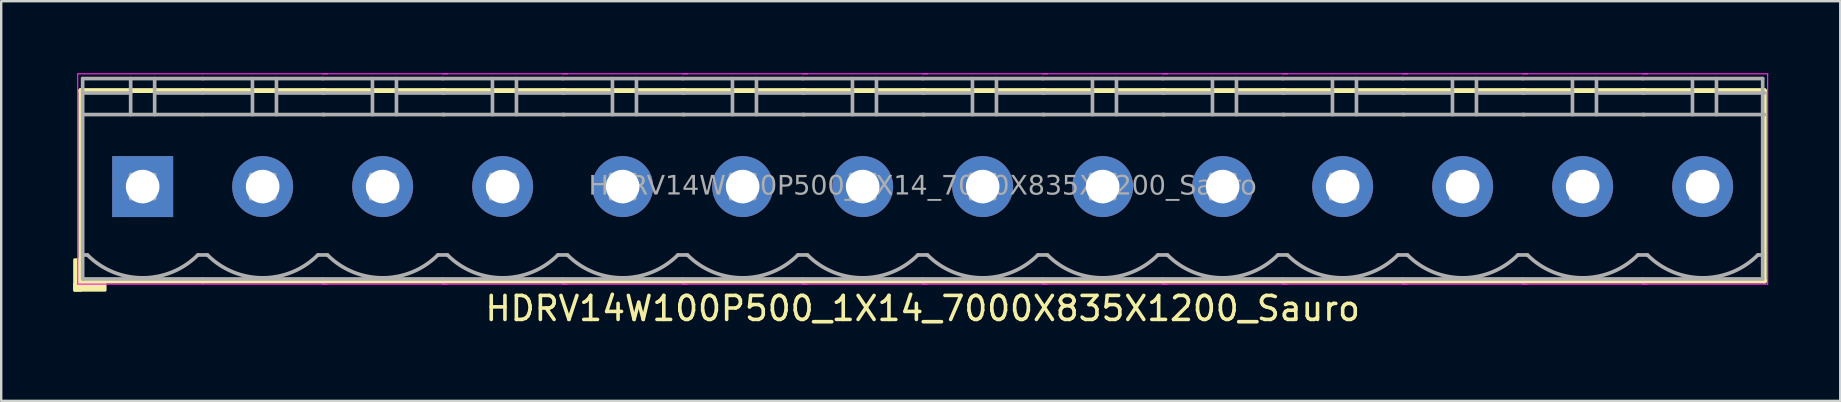
<source format=kicad_pcb>
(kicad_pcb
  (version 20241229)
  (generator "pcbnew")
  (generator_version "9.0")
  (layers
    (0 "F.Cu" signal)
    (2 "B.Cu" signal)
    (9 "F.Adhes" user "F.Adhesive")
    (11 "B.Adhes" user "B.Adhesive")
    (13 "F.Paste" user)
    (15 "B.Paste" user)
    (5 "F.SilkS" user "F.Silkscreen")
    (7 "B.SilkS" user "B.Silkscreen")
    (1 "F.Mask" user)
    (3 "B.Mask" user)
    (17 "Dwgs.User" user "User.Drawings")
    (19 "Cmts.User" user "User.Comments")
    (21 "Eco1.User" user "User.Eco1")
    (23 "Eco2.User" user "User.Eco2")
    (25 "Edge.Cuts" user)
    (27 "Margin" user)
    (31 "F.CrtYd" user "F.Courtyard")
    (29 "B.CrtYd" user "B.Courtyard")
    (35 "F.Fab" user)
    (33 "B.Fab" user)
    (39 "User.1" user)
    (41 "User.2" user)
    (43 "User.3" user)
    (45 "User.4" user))
  (footprint "HDRV14W100P500_1X14_7000X835X1200_Sauro"
    (layer "F.Cu")
    (at 35.394 4.724)
    (property "Reference" "HDRV14W100P500_1X14_7000X835X1200_Sauro" (at 0 5.08 0) (layer "F.SilkS") (effects (font (size 1 1) (thickness 0.15))))
    (attr through_hole)
    (fp_line (start -35.08 -4) (end -35.08 3.937) (stroke (width 0.203) (type solid)) (layer "F.SilkS"))
    (fp_line (start -35.08 3.937) (end -30 3.937) (stroke (width 0.203) (type solid)) (layer "F.SilkS"))
    (fp_line (start -30.005 -4) (end -35.08 -4) (stroke (width 0.203) (type solid)) (layer "F.SilkS"))
    (fp_line (start -30 3.937) (end -24.92 3.937) (stroke (width 0.203) (type solid)) (layer "F.SilkS"))
    (fp_line (start -25 3.937) (end -19.92 3.937) (stroke (width 0.203) (type solid)) (layer "F.SilkS"))
    (fp_line (start -24.93 -4) (end -30.005 -4) (stroke (width 0.203) (type solid)) (layer "F.SilkS"))
    (fp_line (start -20 3.937) (end -14.92 3.937) (stroke (width 0.203) (type solid)) (layer "F.SilkS"))
    (fp_line (start -19.93 -4) (end -25.005 -4) (stroke (width 0.203) (type solid)) (layer "F.SilkS"))
    (fp_line (start -15 3.937) (end -9.92 3.937) (stroke (width 0.203) (type solid)) (layer "F.SilkS"))
    (fp_line (start -14.93 -4) (end -20.005 -4) (stroke (width 0.203) (type solid)) (layer "F.SilkS"))
    (fp_line (start -10 3.937) (end -4.92 3.937) (stroke (width 0.203) (type solid)) (layer "F.SilkS"))
    (fp_line (start -9.93 -4) (end -15.005 -4) (stroke (width 0.203) (type solid)) (layer "F.SilkS"))
    (fp_line (start -5 3.937) (end 0.08 3.937) (stroke (width 0.203) (type solid)) (layer "F.SilkS"))
    (fp_line (start -4.93 -4) (end -10.005 -4) (stroke (width 0.203) (type solid)) (layer "F.SilkS"))
    (fp_line (start 0 3.937) (end 5.08 3.937) (stroke (width 0.203) (type solid)) (layer "F.SilkS"))
    (fp_line (start 0.07 -4) (end -5.005 -4) (stroke (width 0.203) (type solid)) (layer "F.SilkS"))
    (fp_line (start 5 3.937) (end 10.08 3.937) (stroke (width 0.203) (type solid)) (layer "F.SilkS"))
    (fp_line (start 5.07 -4) (end -0.005 -4) (stroke (width 0.203) (type solid)) (layer "F.SilkS"))
    (fp_line (start 10 3.937) (end 15.08 3.937) (stroke (width 0.203) (type solid)) (layer "F.SilkS"))
    (fp_line (start 10.07 -4) (end 4.995 -4) (stroke (width 0.203) (type solid)) (layer "F.SilkS"))
    (fp_line (start 15 3.937) (end 20.08 3.937) (stroke (width 0.203) (type solid)) (layer "F.SilkS"))
    (fp_line (start 15.07 -4) (end 9.995 -4) (stroke (width 0.203) (type solid)) (layer "F.SilkS"))
    (fp_line (start 20 3.937) (end 25.08 3.937) (stroke (width 0.203) (type solid)) (layer "F.SilkS"))
    (fp_line (start 20.07 -4) (end 14.995 -4) (stroke (width 0.203) (type solid)) (layer "F.SilkS"))
    (fp_line (start 25 3.937) (end 30.08 3.937) (stroke (width 0.203) (type solid)) (layer "F.SilkS"))
    (fp_line (start 25.07 -4) (end 19.995 -4) (stroke (width 0.203) (type solid)) (layer "F.SilkS"))
    (fp_line (start 30 3.937) (end 35.08 3.937) (stroke (width 0.203) (type solid)) (layer "F.SilkS"))
    (fp_line (start 30.07 -4) (end 24.995 -4) (stroke (width 0.203) (type solid)) (layer "F.SilkS"))
    (fp_line (start 35.07 -4) (end 29.995 -4) (stroke (width 0.203) (type solid)) (layer "F.SilkS"))
    (fp_line (start 35.07 -4) (end 35.07 3.937) (stroke (width 0.203) (type solid)) (layer "F.SilkS"))
    (fp_rect (start -35.08 3.048) (end -35.334 4.318) (stroke (width 0.12) (type solid)) (fill yes) (layer "F.SilkS"))
    (fp_rect (start -34.064 4.318) (end -35.334 4.064) (stroke (width 0.12) (type solid)) (fill yes) (layer "F.SilkS"))
    (fp_line (start -35.207 4.064) (end -35.207 -4.699) (stroke (width 0.05) (type solid)) (layer "F.CrtYd"))
    (fp_line (start -30.005 4.064) (end -35.207 4.064) (stroke (width 0.05) (type solid)) (layer "F.CrtYd"))
    (fp_line (start -30 -4.699) (end -35.207 -4.699) (stroke (width 0.05) (type solid)) (layer "F.CrtYd"))
    (fp_line (start -24.793 -4.699) (end -30 -4.699) (stroke (width 0.05) (type solid)) (layer "F.CrtYd"))
    (fp_line (start -24.793 4.064) (end -30.005 4.064) (stroke (width 0.05) (type solid)) (layer "F.CrtYd"))
    (fp_line (start -19.793 -4.699) (end -25 -4.699) (stroke (width 0.05) (type solid)) (layer "F.CrtYd"))
    (fp_line (start -19.793 4.064) (end -25.005 4.064) (stroke (width 0.05) (type solid)) (layer "F.CrtYd"))
    (fp_line (start -14.793 -4.699) (end -20 -4.699) (stroke (width 0.05) (type solid)) (layer "F.CrtYd"))
    (fp_line (start -14.793 4.064) (end -20.005 4.064) (stroke (width 0.05) (type solid)) (layer "F.CrtYd"))
    (fp_line (start -9.793 -4.699) (end -15 -4.699) (stroke (width 0.05) (type solid)) (layer "F.CrtYd"))
    (fp_line (start -9.793 4.064) (end -15.005 4.064) (stroke (width 0.05) (type solid)) (layer "F.CrtYd"))
    (fp_line (start -4.793 -4.699) (end -10 -4.699) (stroke (width 0.05) (type solid)) (layer "F.CrtYd"))
    (fp_line (start -4.793 4.064) (end -10.005 4.064) (stroke (width 0.05) (type solid)) (layer "F.CrtYd"))
    (fp_line (start 0.207 -4.699) (end -5 -4.699) (stroke (width 0.05) (type solid)) (layer "F.CrtYd"))
    (fp_line (start 0.207 4.064) (end -5.005 4.064) (stroke (width 0.05) (type solid)) (layer "F.CrtYd"))
    (fp_line (start 5.207 -4.699) (end 0 -4.699) (stroke (width 0.05) (type solid)) (layer "F.CrtYd"))
    (fp_line (start 5.207 4.064) (end -0.005 4.064) (stroke (width 0.05) (type solid)) (layer "F.CrtYd"))
    (fp_line (start 10.207 -4.699) (end 5 -4.699) (stroke (width 0.05) (type solid)) (layer "F.CrtYd"))
    (fp_line (start 10.207 4.064) (end 4.995 4.064) (stroke (width 0.05) (type solid)) (layer "F.CrtYd"))
    (fp_line (start 15.207 -4.699) (end 10 -4.699) (stroke (width 0.05) (type solid)) (layer "F.CrtYd"))
    (fp_line (start 15.207 4.064) (end 9.995 4.064) (stroke (width 0.05) (type solid)) (layer "F.CrtYd"))
    (fp_line (start 20.207 -4.699) (end 15 -4.699) (stroke (width 0.05) (type solid)) (layer "F.CrtYd"))
    (fp_line (start 20.207 4.064) (end 14.995 4.064) (stroke (width 0.05) (type solid)) (layer "F.CrtYd"))
    (fp_line (start 25.207 -4.699) (end 20 -4.699) (stroke (width 0.05) (type solid)) (layer "F.CrtYd"))
    (fp_line (start 25.207 4.064) (end 19.995 4.064) (stroke (width 0.05) (type solid)) (layer "F.CrtYd"))
    (fp_line (start 30.207 -4.699) (end 25 -4.699) (stroke (width 0.05) (type solid)) (layer "F.CrtYd"))
    (fp_line (start 30.207 4.064) (end 24.995 4.064) (stroke (width 0.05) (type solid)) (layer "F.CrtYd"))
    (fp_line (start 35.207 -4.699) (end 30 -4.699) (stroke (width 0.05) (type solid)) (layer "F.CrtYd"))
    (fp_line (start 35.207 -4.699) (end 35.207 4.064) (stroke (width 0.05) (type solid)) (layer "F.CrtYd"))
    (fp_line (start 35.207 4.064) (end 29.995 4.064) (stroke (width 0.05) (type solid)) (layer "F.CrtYd"))
    (fp_line (start -35 -4.5) (end -35 3.85) (stroke (width 0.152) (type solid)) (layer "F.Fab"))
    (fp_line (start -34.8 2.85) (end -35 2.85) (stroke (width 0.152) (type solid)) (layer "F.Fab"))
    (fp_line (start -33 -4.5) (end -33 -3) (stroke (width 0.152) (type default)) (layer "F.Fab"))
    (fp_line (start -33 -3.9) (end -35 -3.9) (stroke (width 0.152) (type solid)) (layer "F.Fab"))
    (fp_line (start -32 -4.5) (end -32 -3) (stroke (width 0.152) (type default)) (layer "F.Fab"))
    (fp_line (start -32 -3.9) (end -30 -3.9) (stroke (width 0.152) (type solid)) (layer "F.Fab"))
    (fp_line (start -30.2 2.85) (end -29.8 2.85) (stroke (width 0.152) (type solid)) (layer "F.Fab"))
    (fp_line (start -30 -4.5) (end -35 -4.5) (stroke (width 0.152) (type solid)) (layer "F.Fab"))
    (fp_line (start -30 -3) (end -35 -3) (stroke (width 0.152) (type solid)) (layer "F.Fab"))
    (fp_line (start -30 3.85) (end -35 3.85) (stroke (width 0.152) (type solid)) (layer "F.Fab"))
    (fp_line (start -30 3.85) (end -25 3.85) (stroke (width 0.152) (type solid)) (layer "F.Fab"))
    (fp_line (start -27.925 -4.5) (end -27.925 -3) (stroke (width 0.152) (type default)) (layer "F.Fab"))
    (fp_line (start -27.925 -3.9) (end -30 -3.9) (stroke (width 0.152) (type solid)) (layer "F.Fab"))
    (fp_line (start -26.925 -4.5) (end -26.925 -3) (stroke (width 0.152) (type default)) (layer "F.Fab"))
    (fp_line (start -26.925 -3.9) (end -24.925 -3.9) (stroke (width 0.152) (type solid)) (layer "F.Fab"))
    (fp_line (start -25.2 2.85) (end -24.8 2.85) (stroke (width 0.152) (type solid)) (layer "F.Fab"))
    (fp_line (start -25 -4.5) (end -30 -4.5) (stroke (width 0.152) (type solid)) (layer "F.Fab"))
    (fp_line (start -25 3.85) (end -20 3.85) (stroke (width 0.152) (type solid)) (layer "F.Fab"))
    (fp_line (start -24.925 -3) (end -30 -3) (stroke (width 0.152) (type solid)) (layer "F.Fab"))
    (fp_line (start -22.925 -4.5) (end -22.925 -3) (stroke (width 0.152) (type default)) (layer "F.Fab"))
    (fp_line (start -22.925 -3.9) (end -25 -3.9) (stroke (width 0.152) (type solid)) (layer "F.Fab"))
    (fp_line (start -21.925 -4.5) (end -21.925 -3) (stroke (width 0.152) (type default)) (layer "F.Fab"))
    (fp_line (start -21.925 -3.9) (end -19.925 -3.9) (stroke (width 0.152) (type solid)) (layer "F.Fab"))
    (fp_line (start -20.2 2.85) (end -19.8 2.85) (stroke (width 0.152) (type solid)) (layer "F.Fab"))
    (fp_line (start -20 -4.5) (end -25 -4.5) (stroke (width 0.152) (type solid)) (layer "F.Fab"))
    (fp_line (start -20 3.85) (end -15 3.85) (stroke (width 0.152) (type solid)) (layer "F.Fab"))
    (fp_line (start -19.925 -3) (end -25 -3) (stroke (width 0.152) (type solid)) (layer "F.Fab"))
    (fp_line (start -17.925 -4.5) (end -17.925 -3) (stroke (width 0.152) (type default)) (layer "F.Fab"))
    (fp_line (start -17.925 -3.9) (end -20 -3.9) (stroke (width 0.152) (type solid)) (layer "F.Fab"))
    (fp_line (start -16.925 -4.5) (end -16.925 -3) (stroke (width 0.152) (type default)) (layer "F.Fab"))
    (fp_line (start -16.925 -3.9) (end -14.925 -3.9) (stroke (width 0.152) (type solid)) (layer "F.Fab"))
    (fp_line (start -15.2 2.85) (end -14.8 2.85) (stroke (width 0.152) (type solid)) (layer "F.Fab"))
    (fp_line (start -15 -4.5) (end -20 -4.5) (stroke (width 0.152) (type solid)) (layer "F.Fab"))
    (fp_line (start -15 3.85) (end -10 3.85) (stroke (width 0.152) (type solid)) (layer "F.Fab"))
    (fp_line (start -14.925 -3) (end -20 -3) (stroke (width 0.152) (type solid)) (layer "F.Fab"))
    (fp_line (start -12.925 -4.5) (end -12.925 -3) (stroke (width 0.152) (type default)) (layer "F.Fab"))
    (fp_line (start -12.925 -3.9) (end -15 -3.9) (stroke (width 0.152) (type solid)) (layer "F.Fab"))
    (fp_line (start -11.925 -4.5) (end -11.925 -3) (stroke (width 0.152) (type default)) (layer "F.Fab"))
    (fp_line (start -11.925 -3.9) (end -9.925 -3.9) (stroke (width 0.152) (type solid)) (layer "F.Fab"))
    (fp_line (start -10.2 2.85) (end -9.8 2.85) (stroke (width 0.152) (type solid)) (layer "F.Fab"))
    (fp_line (start -10 -4.5) (end -15 -4.5) (stroke (width 0.152) (type solid)) (layer "F.Fab"))
    (fp_line (start -10 3.85) (end -5 3.85) (stroke (width 0.152) (type solid)) (layer "F.Fab"))
    (fp_line (start -9.925 -3) (end -15 -3) (stroke (width 0.152) (type solid)) (layer "F.Fab"))
    (fp_line (start -7.925 -4.5) (end -7.925 -3) (stroke (width 0.152) (type default)) (layer "F.Fab"))
    (fp_line (start -7.925 -3.9) (end -10 -3.9) (stroke (width 0.152) (type solid)) (layer "F.Fab"))
    (fp_line (start -6.925 -4.5) (end -6.925 -3) (stroke (width 0.152) (type default)) (layer "F.Fab"))
    (fp_line (start -6.925 -3.9) (end -4.925 -3.9) (stroke (width 0.152) (type solid)) (layer "F.Fab"))
    (fp_line (start -5.2 2.85) (end -4.8 2.85) (stroke (width 0.152) (type solid)) (layer "F.Fab"))
    (fp_line (start -5 -4.5) (end -10 -4.5) (stroke (width 0.152) (type solid)) (layer "F.Fab"))
    (fp_line (start -5 3.85) (end 0 3.85) (stroke (width 0.152) (type solid)) (layer "F.Fab"))
    (fp_line (start -4.925 -3) (end -10 -3) (stroke (width 0.152) (type solid)) (layer "F.Fab"))
    (fp_line (start -2.925 -4.5) (end -2.925 -3) (stroke (width 0.152) (type default)) (layer "F.Fab"))
    (fp_line (start -2.925 -3.9) (end -5 -3.9) (stroke (width 0.152) (type solid)) (layer "F.Fab"))
    (fp_line (start -1.925 -4.5) (end -1.925 -3) (stroke (width 0.152) (type default)) (layer "F.Fab"))
    (fp_line (start -1.925 -3.9) (end 0.075 -3.9) (stroke (width 0.152) (type solid)) (layer "F.Fab"))
    (fp_line (start -0.2 2.85) (end 0.2 2.85) (stroke (width 0.152) (type solid)) (layer "F.Fab"))
    (fp_line (start 0 -4.5) (end -5 -4.5) (stroke (width 0.152) (type solid)) (layer "F.Fab"))
    (fp_line (start 0 3.85) (end 5 3.85) (stroke (width 0.152) (type solid)) (layer "F.Fab"))
    (fp_line (start 0.075 -3) (end -5 -3) (stroke (width 0.152) (type solid)) (layer "F.Fab"))
    (fp_line (start 2.075 -4.5) (end 2.075 -3) (stroke (width 0.152) (type default)) (layer "F.Fab"))
    (fp_line (start 2.075 -3.9) (end 0 -3.9) (stroke (width 0.152) (type solid)) (layer "F.Fab"))
    (fp_line (start 3.075 -4.5) (end 3.075 -3) (stroke (width 0.152) (type default)) (layer "F.Fab"))
    (fp_line (start 3.075 -3.9) (end 5.075 -3.9) (stroke (width 0.152) (type solid)) (layer "F.Fab"))
    (fp_line (start 4.8 2.85) (end 5.2 2.85) (stroke (width 0.152) (type solid)) (layer "F.Fab"))
    (fp_line (start 5 -4.5) (end 0 -4.5) (stroke (width 0.152) (type solid)) (layer "F.Fab"))
    (fp_line (start 5 3.85) (end 10 3.85) (stroke (width 0.152) (type solid)) (layer "F.Fab"))
    (fp_line (start 5.075 -3) (end 0 -3) (stroke (width 0.152) (type solid)) (layer "F.Fab"))
    (fp_line (start 7.075 -4.5) (end 7.075 -3) (stroke (width 0.152) (type default)) (layer "F.Fab"))
    (fp_line (start 7.075 -3.9) (end 5 -3.9) (stroke (width 0.152) (type solid)) (layer "F.Fab"))
    (fp_line (start 8.075 -4.5) (end 8.075 -3) (stroke (width 0.152) (type default)) (layer "F.Fab"))
    (fp_line (start 8.075 -3.9) (end 10.075 -3.9) (stroke (width 0.152) (type solid)) (layer "F.Fab"))
    (fp_line (start 9.8 2.85) (end 10.2 2.85) (stroke (width 0.152) (type solid)) (layer "F.Fab"))
    (fp_line (start 10 -4.5) (end 5 -4.5) (stroke (width 0.152) (type solid)) (layer "F.Fab"))
    (fp_line (start 10 3.85) (end 15 3.85) (stroke (width 0.152) (type solid)) (layer "F.Fab"))
    (fp_line (start 10.075 -3) (end 5 -3) (stroke (width 0.152) (type solid)) (layer "F.Fab"))
    (fp_line (start 12.075 -4.5) (end 12.075 -3) (stroke (width 0.152) (type default)) (layer "F.Fab"))
    (fp_line (start 12.075 -3.9) (end 10 -3.9) (stroke (width 0.152) (type solid)) (layer "F.Fab"))
    (fp_line (start 13.075 -4.5) (end 13.075 -3) (stroke (width 0.152) (type default)) (layer "F.Fab"))
    (fp_line (start 13.075 -3.9) (end 15.075 -3.9) (stroke (width 0.152) (type solid)) (layer "F.Fab"))
    (fp_line (start 14.8 2.85) (end 15.2 2.85) (stroke (width 0.152) (type solid)) (layer "F.Fab"))
    (fp_line (start 15 -4.5) (end 10 -4.5) (stroke (width 0.152) (type solid)) (layer "F.Fab"))
    (fp_line (start 15 3.85) (end 20 3.85) (stroke (width 0.152) (type solid)) (layer "F.Fab"))
    (fp_line (start 15.075 -3) (end 10 -3) (stroke (width 0.152) (type solid)) (layer "F.Fab"))
    (fp_line (start 17.075 -4.5) (end 17.075 -3) (stroke (width 0.152) (type default)) (layer "F.Fab"))
    (fp_line (start 17.075 -3.9) (end 15 -3.9) (stroke (width 0.152) (type solid)) (layer "F.Fab"))
    (fp_line (start 18.075 -4.5) (end 18.075 -3) (stroke (width 0.152) (type default)) (layer "F.Fab"))
    (fp_line (start 18.075 -3.9) (end 20.075 -3.9) (stroke (width 0.152) (type solid)) (layer "F.Fab"))
    (fp_line (start 19.8 2.85) (end 20.2 2.85) (stroke (width 0.152) (type solid)) (layer "F.Fab"))
    (fp_line (start 20 -4.5) (end 15 -4.5) (stroke (width 0.152) (type solid)) (layer "F.Fab"))
    (fp_line (start 20 3.85) (end 25 3.85) (stroke (width 0.152) (type solid)) (layer "F.Fab"))
    (fp_line (start 20.075 -3) (end 15 -3) (stroke (width 0.152) (type solid)) (layer "F.Fab"))
    (fp_line (start 22.075 -4.5) (end 22.075 -3) (stroke (width 0.152) (type default)) (layer "F.Fab"))
    (fp_line (start 22.075 -3.9) (end 20 -3.9) (stroke (width 0.152) (type solid)) (layer "F.Fab"))
    (fp_line (start 23.075 -4.5) (end 23.075 -3) (stroke (width 0.152) (type default)) (layer "F.Fab"))
    (fp_line (start 23.075 -3.9) (end 25.075 -3.9) (stroke (width 0.152) (type solid)) (layer "F.Fab"))
    (fp_line (start 24.8 2.85) (end 25.2 2.85) (stroke (width 0.152) (type solid)) (layer "F.Fab"))
    (fp_line (start 25 -4.5) (end 20 -4.5) (stroke (width 0.152) (type solid)) (layer "F.Fab"))
    (fp_line (start 25 3.85) (end 30 3.85) (stroke (width 0.152) (type solid)) (layer "F.Fab"))
    (fp_line (start 25.075 -3) (end 20 -3) (stroke (width 0.152) (type solid)) (layer "F.Fab"))
    (fp_line (start 27.075 -4.5) (end 27.075 -3) (stroke (width 0.152) (type default)) (layer "F.Fab"))
    (fp_line (start 27.075 -3.9) (end 25 -3.9) (stroke (width 0.152) (type solid)) (layer "F.Fab"))
    (fp_line (start 28.075 -4.5) (end 28.075 -3) (stroke (width 0.152) (type default)) (layer "F.Fab"))
    (fp_line (start 28.075 -3.9) (end 30.075 -3.9) (stroke (width 0.152) (type solid)) (layer "F.Fab"))
    (fp_line (start 29.8 2.85) (end 30.2 2.85) (stroke (width 0.152) (type solid)) (layer "F.Fab"))
    (fp_line (start 30 -4.5) (end 25 -4.5) (stroke (width 0.152) (type solid)) (layer "F.Fab"))
    (fp_line (start 30 3.85) (end 35 3.85) (stroke (width 0.152) (type solid)) (layer "F.Fab"))
    (fp_line (start 30.075 -3) (end 25 -3) (stroke (width 0.152) (type solid)) (layer "F.Fab"))
    (fp_line (start 32.075 -4.5) (end 32.075 -3) (stroke (width 0.152) (type default)) (layer "F.Fab"))
    (fp_line (start 32.075 -3.9) (end 30 -3.9) (stroke (width 0.152) (type solid)) (layer "F.Fab"))
    (fp_line (start 33.075 -4.5) (end 33.075 -3) (stroke (width 0.152) (type default)) (layer "F.Fab"))
    (fp_line (start 33.075 -3.9) (end 35.075 -3.9) (stroke (width 0.152) (type solid)) (layer "F.Fab"))
    (fp_line (start 35 -4.5) (end 30 -4.5) (stroke (width 0.152) (type solid)) (layer "F.Fab"))
    (fp_line (start 35 -4.5) (end 35 3.85) (stroke (width 0.152) (type solid)) (layer "F.Fab"))
    (fp_line (start 35 2.85) (end 34.8 2.85) (stroke (width 0.152) (type solid)) (layer "F.Fab"))
    (fp_line (start 35.075 -3) (end 30 -3) (stroke (width 0.152) (type solid)) (layer "F.Fab"))
    (fp_rect (start -33 -0.5) (end -32 0.5) (stroke (width 0.152) (type solid)) (fill no) (layer "F.Fab"))
    (fp_rect (start -28 -0.5) (end -27 0.5) (stroke (width 0.152) (type solid)) (fill no) (layer "F.Fab"))
    (fp_rect (start -23 -0.5) (end -22 0.5) (stroke (width 0.152) (type solid)) (fill no) (layer "F.Fab"))
    (fp_rect (start -18 -0.5) (end -17 0.5) (stroke (width 0.152) (type solid)) (fill no) (layer "F.Fab"))
    (fp_rect (start -13 -0.5) (end -12 0.5) (stroke (width 0.152) (type solid)) (fill no) (layer "F.Fab"))
    (fp_rect (start -8 -0.5) (end -7 0.5) (stroke (width 0.152) (type solid)) (fill no) (layer "F.Fab"))
    (fp_rect (start -3 -0.5) (end -2 0.5) (stroke (width 0.152) (type solid)) (fill no) (layer "F.Fab"))
    (fp_rect (start 2 -0.5) (end 3 0.5) (stroke (width 0.152) (type solid)) (fill no) (layer "F.Fab"))
    (fp_rect (start 7 -0.5) (end 8 0.5) (stroke (width 0.152) (type solid)) (fill no) (layer "F.Fab"))
    (fp_rect (start 12 -0.5) (end 13 0.5) (stroke (width 0.152) (type solid)) (fill no) (layer "F.Fab"))
    (fp_rect (start 17 -0.5) (end 18 0.5) (stroke (width 0.152) (type solid)) (fill no) (layer "F.Fab"))
    (fp_rect (start 22 -0.5) (end 23 0.5) (stroke (width 0.152) (type solid)) (fill no) (layer "F.Fab"))
    (fp_rect (start 27 -0.5) (end 28 0.5) (stroke (width 0.152) (type solid)) (fill no) (layer "F.Fab"))
    (fp_rect (start 32 -0.5) (end 33 0.5) (stroke (width 0.152) (type solid)) (fill no) (layer "F.Fab"))
    (fp_arc (start -30.2 2.85) (mid -32.5 3.802691) (end -34.8 2.85) (stroke (width 0.1524) (type default)) (layer "F.Fab"))
    (fp_arc (start -25.2 2.85) (mid -27.5 3.802691) (end -29.8 2.85) (stroke (width 0.1524) (type default)) (layer "F.Fab"))
    (fp_arc (start -20.2 2.85) (mid -22.5 3.802691) (end -24.8 2.85) (stroke (width 0.1524) (type default)) (layer "F.Fab"))
    (fp_arc (start -15.2 2.85) (mid -17.5 3.802691) (end -19.8 2.85) (stroke (width 0.1524) (type default)) (layer "F.Fab"))
    (fp_arc (start -10.2 2.85) (mid -12.5 3.802691) (end -14.8 2.85) (stroke (width 0.1524) (type default)) (layer "F.Fab"))
    (fp_arc (start -5.2 2.85) (mid -7.5 3.802691) (end -9.8 2.85) (stroke (width 0.1524) (type default)) (layer "F.Fab"))
    (fp_arc (start -0.2 2.85) (mid -2.5 3.802691) (end -4.8 2.85) (stroke (width 0.1524) (type default)) (layer "F.Fab"))
    (fp_arc (start 4.8 2.85) (mid 2.5 3.802691) (end 0.2 2.85) (stroke (width 0.1524) (type default)) (layer "F.Fab"))
    (fp_arc (start 9.8 2.85) (mid 7.5 3.802691) (end 5.2 2.85) (stroke (width 0.1524) (type default)) (layer "F.Fab"))
    (fp_arc (start 14.8 2.85) (mid 12.5 3.802691) (end 10.2 2.85) (stroke (width 0.1524) (type default)) (layer "F.Fab"))
    (fp_arc (start 19.8 2.85) (mid 17.5 3.802691) (end 15.2 2.85) (stroke (width 0.1524) (type default)) (layer "F.Fab"))
    (fp_arc (start 24.8 2.85) (mid 22.5 3.802691) (end 20.2 2.85) (stroke (width 0.1524) (type default)) (layer "F.Fab"))
    (fp_arc (start 29.8 2.85) (mid 27.5 3.802691) (end 25.2 2.85) (stroke (width 0.1524) (type default)) (layer "F.Fab"))
    (fp_arc (start 34.8 2.85) (mid 32.5 3.802691) (end 30.2 2.85) (stroke (width 0.1524) (type default)) (layer "F.Fab"))
    (fp_text user "${REFERENCE}" (at 0 0 0) (layer "F.Fab") (effects (font (face "Tahoma") (size 0.8 0.8) (thickness 0.15))))
    (pad "1" thru_hole rect (at -32.5 0) (size 2.54 2.54) (drill 1.4) (layers "*.Cu" "*.Mask"))
    (pad "2" thru_hole circle (at -27.5 0) (size 2.54 2.54) (drill 1.4) (layers "*.Cu" "*.Mask"))
    (pad "3" thru_hole circle (at -22.5 0) (size 2.54 2.54) (drill 1.4) (layers "*.Cu" "*.Mask"))
    (pad "4" thru_hole circle (at -17.5 0) (size 2.54 2.54) (drill 1.4) (layers "*.Cu" "*.Mask"))
    (pad "5" thru_hole circle (at -12.5 0) (size 2.54 2.54) (drill 1.4) (layers "*.Cu" "*.Mask"))
    (pad "6" thru_hole circle (at -7.5 0) (size 2.54 2.54) (drill 1.4) (layers "*.Cu" "*.Mask"))
    (pad "7" thru_hole circle (at -2.5 0) (size 2.54 2.54) (drill 1.4) (layers "*.Cu" "*.Mask"))
    (pad "8" thru_hole circle (at 2.5 0) (size 2.54 2.54) (drill 1.4) (layers "*.Cu" "*.Mask"))
    (pad "9" thru_hole circle (at 7.5 0) (size 2.54 2.54) (drill 1.4) (layers "*.Cu" "*.Mask"))
    (pad "10" thru_hole circle (at 12.5 0) (size 2.54 2.54) (drill 1.4) (layers "*.Cu" "*.Mask"))
    (pad "11" thru_hole circle (at 17.5 0) (size 2.54 2.54) (drill 1.4) (layers "*.Cu" "*.Mask"))
    (pad "12" thru_hole circle (at 22.5 0) (size 2.54 2.54) (drill 1.4) (layers "*.Cu" "*.Mask"))
    (pad "13" thru_hole circle (at 27.5 0) (size 2.54 2.54) (drill 1.4) (layers "*.Cu" "*.Mask"))
    (pad "14" thru_hole circle (at 32.5 0) (size 2.54 2.54) (drill 1.4) (layers "*.Cu" "*.Mask")))
  (gr_rect
    (start -3 -3)
    (end 73.626 13.652)
    (stroke (width 0.1) (type default))
    (fill no)
    (layer "Edge.Cuts")))
</source>
